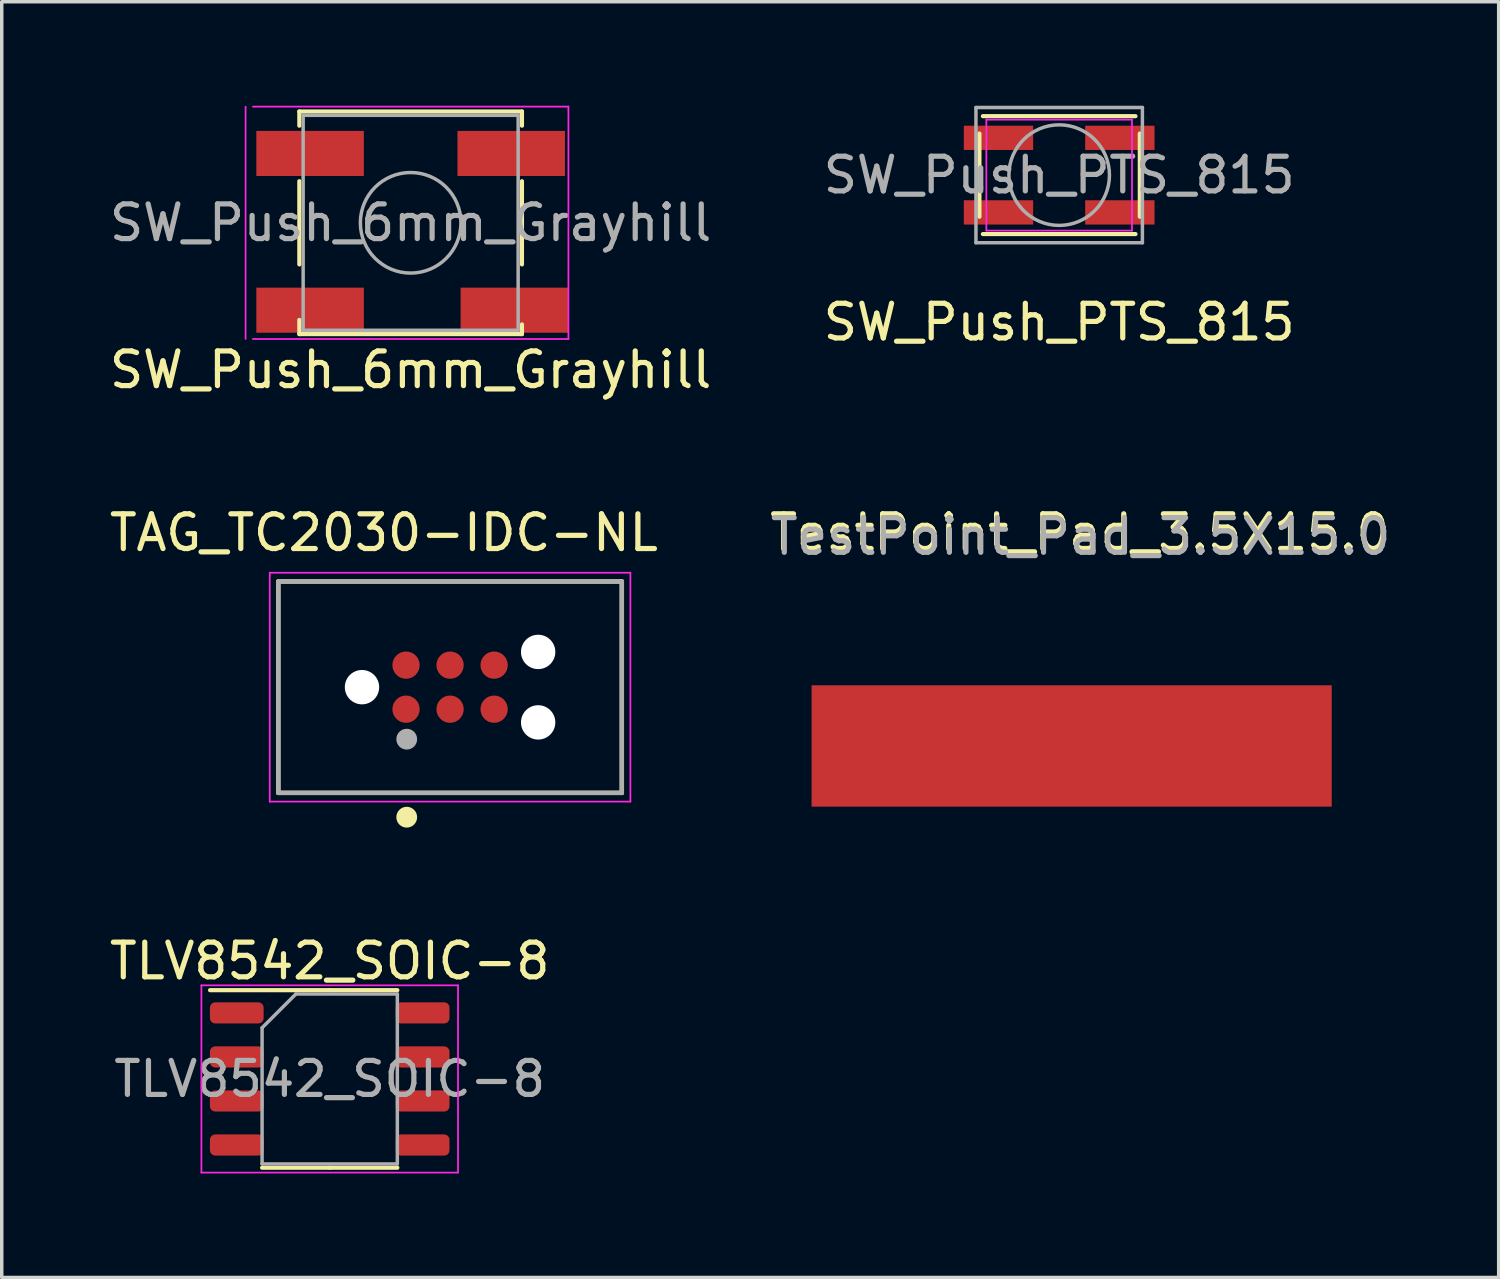
<source format=kicad_pcb>
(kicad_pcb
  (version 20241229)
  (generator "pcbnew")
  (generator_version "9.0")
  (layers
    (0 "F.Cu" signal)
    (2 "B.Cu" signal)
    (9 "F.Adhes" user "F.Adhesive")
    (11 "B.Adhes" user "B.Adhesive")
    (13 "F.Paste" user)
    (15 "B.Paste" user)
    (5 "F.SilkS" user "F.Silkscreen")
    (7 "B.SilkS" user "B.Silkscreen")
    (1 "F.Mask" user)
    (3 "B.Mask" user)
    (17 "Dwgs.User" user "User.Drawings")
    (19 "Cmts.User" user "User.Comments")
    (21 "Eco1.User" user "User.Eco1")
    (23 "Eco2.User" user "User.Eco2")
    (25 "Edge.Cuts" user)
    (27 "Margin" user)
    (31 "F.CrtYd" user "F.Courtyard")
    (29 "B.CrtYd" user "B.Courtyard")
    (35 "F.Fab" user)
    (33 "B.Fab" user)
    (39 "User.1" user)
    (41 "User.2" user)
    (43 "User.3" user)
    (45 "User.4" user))
  (footprint "SW_Push_PTS_815"
    (layer "F.Cu")
    (at 27.494 2)
    (property "Reference" "SW_Push_PTS_815" (at 0 4.24 0) (layer "F.SilkS") (effects (font (size 1 1) (thickness 0.15))))
    (attr smd)
    (fp_line (start -2.3 -1.2) (end -2.3 1.2) (stroke (width 0.12) (type solid)) (layer "F.SilkS"))
    (fp_line (start -2.2 1.7) (end 2.2 1.7) (stroke (width 0.12) (type solid)) (layer "F.SilkS"))
    (fp_line (start 2.2 -1.7) (end -2.2 -1.7) (stroke (width 0.12) (type solid)) (layer "F.SilkS"))
    (fp_line (start 2.325 1.2) (end 2.325 -1.2) (stroke (width 0.12) (type solid)) (layer "F.SilkS"))
    (fp_line (start -2.1 -1.6) (end 2.1 -1.6) (stroke (width 0.05) (type solid)) (layer "F.CrtYd"))
    (fp_line (start -2.1 1.6) (end -2.1 -1.6) (stroke (width 0.05) (type solid)) (layer "F.CrtYd"))
    (fp_line (start 2.1 -1.6) (end 2.1 1.6) (stroke (width 0.05) (type solid)) (layer "F.CrtYd"))
    (fp_line (start 2.1 1.6) (end -2.1 1.6) (stroke (width 0.05) (type solid)) (layer "F.CrtYd"))
    (fp_line (start -2.4 -1.95) (end 2.4 -1.95) (stroke (width 0.1) (type solid)) (layer "F.Fab"))
    (fp_line (start -2.4 1.95) (end -2.4 -1.95) (stroke (width 0.1) (type solid)) (layer "F.Fab"))
    (fp_line (start 2.4 -1.95) (end 2.4 1.95) (stroke (width 0.1) (type solid)) (layer "F.Fab"))
    (fp_line (start 2.4 1.95) (end -2.4 1.95) (stroke (width 0.1) (type solid)) (layer "F.Fab"))
    (fp_circle (center 0 0) (end 1.45 0) (stroke (width 0.1) (type solid)) (fill no) (layer "F.Fab"))
    (fp_text user "${REFERENCE}" (at 0 0 0) (layer "F.Fab") (effects (font (size 1 1) (thickness 0.15))))
    (pad "1" smd rect (at -1.75 -1.075) (size 2 0.7) (layers "F.Cu" "F.Mask" "F.Paste"))
    (pad "1" smd rect (at 1.75 -1.075) (size 2 0.7) (layers "F.Cu" "F.Mask" "F.Paste"))
    (pad "2" smd rect (at -1.75 1.075) (size 2 0.7) (layers "F.Cu" "F.Mask" "F.Paste"))
    (pad "2" smd rect (at 1.75 1.075) (size 2 0.7) (layers "F.Cu" "F.Mask" "F.Paste")))
  (footprint "SW_Push_6mm_Grayhill"
    (layer "F.Cu")
    (at 8.792 3.375)
    (property "Reference" "SW_Push_6mm_Grayhill" (at 0 4.24 0) (layer "F.SilkS") (effects (font (size 1 1) (thickness 0.15))))
    (attr smd)
    (fp_line (start -3.21 -3.21) (end -3.21 -2.8) (stroke (width 0.12) (type solid)) (layer "F.SilkS"))
    (fp_line (start -3.21 -1.2) (end -3.21 1.2) (stroke (width 0.12) (type solid)) (layer "F.SilkS"))
    (fp_line (start -3.21 2.8) (end -3.21 3.21) (stroke (width 0.12) (type solid)) (layer "F.SilkS"))
    (fp_line (start -3.21 3.21) (end 3.21 3.21) (stroke (width 0.12) (type solid)) (layer "F.SilkS"))
    (fp_line (start 3.21 -3.21) (end -3.21 -3.21) (stroke (width 0.12) (type solid)) (layer "F.SilkS"))
    (fp_line (start 3.21 -2.8) (end 3.21 -3.21) (stroke (width 0.12) (type solid)) (layer "F.SilkS"))
    (fp_line (start 3.21 1.2) (end 3.21 -1.2) (stroke (width 0.12) (type solid)) (layer "F.SilkS"))
    (fp_line (start 3.21 3.21) (end 3.21 2.93) (stroke (width 0.12) (type solid)) (layer "F.SilkS"))
    (fp_line (start -4.76 3.35) (end -4.76 -3.35) (stroke (width 0.05) (type solid)) (layer "F.CrtYd"))
    (fp_line (start -4.55 -3.35) (end 4.55 -3.35) (stroke (width 0.05) (type solid)) (layer "F.CrtYd"))
    (fp_line (start 4.55 -3.35) (end 4.55 3.35) (stroke (width 0.05) (type solid)) (layer "F.CrtYd"))
    (fp_line (start 4.55 3.35) (end -4.55 3.35) (stroke (width 0.05) (type solid)) (layer "F.CrtYd"))
    (fp_line (start -3.1 -3.1) (end 3.1 -3.1) (stroke (width 0.1) (type solid)) (layer "F.Fab"))
    (fp_line (start -3.1 3.1) (end -3.1 -3.1) (stroke (width 0.1) (type solid)) (layer "F.Fab"))
    (fp_line (start 3.1 -3.1) (end 3.1 3.1) (stroke (width 0.1) (type solid)) (layer "F.Fab"))
    (fp_line (start 3.1 3.1) (end -3.1 3.1) (stroke (width 0.1) (type solid)) (layer "F.Fab"))
    (fp_circle (center 0 0) (end 1.45 0) (stroke (width 0.1) (type solid)) (fill no) (layer "F.Fab"))
    (fp_text user "${REFERENCE}" (at 0 0 0) (layer "F.Fab") (effects (font (size 1 1) (thickness 0.15))))
    (pad "1" smd rect (at -2.9 -2) (size 3.1 1.3) (layers "F.Cu" "F.Mask" "F.Paste"))
    (pad "1" smd rect (at 2.9 -2) (size 3.1 1.3) (layers "F.Cu" "F.Mask" "F.Paste"))
    (pad "2" smd rect (at -2.9 2.52) (size 3.1 1.3) (layers "F.Cu" "F.Mask" "F.Paste"))
    (pad "2" smd rect (at 2.99 2.52) (size 3.1 1.3) (layers "F.Cu" "F.Mask" "F.Paste")))
  (footprint "TestPoint_Pad_3.5X15.0"
    (layer "F.Cu")
    (at 27.854 18.462)
    (property "Reference" "TestPoint_Pad_3.5X15.0" (at 0.24 -6.15 0) (layer "F.SilkS") (effects (font (size 1 1) (thickness 0.15))))
    (attr exclude_from_pos_files exclude_from_bom)
    (fp_text user "${REFERENCE}" (at 0.26 -6.04 0) (layer "F.Fab") (effects (font (size 1 1) (thickness 0.15))))
    (pad "1" smd rect (at 0 0) (size 15 3.5) (layers "F.Cu" "F.Mask")))
  (footprint "TLV8542_SOIC-8"
    (layer "F.Cu")
    (at 6.458 28.064)
    (property "Reference" "TLV8542_SOIC-8" (at 0 -3.4 0) (layer "F.SilkS") (effects (font (size 1 1) (thickness 0.15))))
    (attr smd)
    (fp_line (start 0 -2.56) (end -3.45 -2.56) (stroke (width 0.12) (type solid)) (layer "F.SilkS"))
    (fp_line (start 0 -2.56) (end 1.95 -2.56) (stroke (width 0.12) (type solid)) (layer "F.SilkS"))
    (fp_line (start 0 2.56) (end -1.95 2.56) (stroke (width 0.12) (type solid)) (layer "F.SilkS"))
    (fp_line (start 0 2.56) (end 1.95 2.56) (stroke (width 0.12) (type solid)) (layer "F.SilkS"))
    (fp_line (start -3.7 -2.7) (end -3.7 2.7) (stroke (width 0.05) (type solid)) (layer "F.CrtYd"))
    (fp_line (start -3.7 2.7) (end 3.7 2.7) (stroke (width 0.05) (type solid)) (layer "F.CrtYd"))
    (fp_line (start 3.7 -2.7) (end -3.7 -2.7) (stroke (width 0.05) (type solid)) (layer "F.CrtYd"))
    (fp_line (start 3.7 2.7) (end 3.7 -2.7) (stroke (width 0.05) (type solid)) (layer "F.CrtYd"))
    (fp_line (start -1.95 -1.475) (end -0.975 -2.45) (stroke (width 0.1) (type solid)) (layer "F.Fab"))
    (fp_line (start -1.95 2.45) (end -1.95 -1.475) (stroke (width 0.1) (type solid)) (layer "F.Fab"))
    (fp_line (start -0.975 -2.45) (end 1.95 -2.45) (stroke (width 0.1) (type solid)) (layer "F.Fab"))
    (fp_line (start 1.95 -2.45) (end 1.95 2.45) (stroke (width 0.1) (type solid)) (layer "F.Fab"))
    (fp_line (start 1.95 2.45) (end -1.95 2.45) (stroke (width 0.1) (type solid)) (layer "F.Fab"))
    (fp_text user "${REFERENCE}" (at 0 0 0) (layer "F.Fab") (effects (font (size 0.98 0.98) (thickness 0.15))))
    (pad "1" smd roundrect (at -2.68 -1.905) (size 1.549 0.61) (layers "F.Cu" "F.Mask" "F.Paste") (roundrect_rratio 0.25))
    (pad "2" smd roundrect (at -2.68 -0.635) (size 1.549 0.61) (layers "F.Cu" "F.Mask" "F.Paste") (roundrect_rratio 0.25))
    (pad "3" smd roundrect (at -2.68 0.635) (size 1.549 0.61) (layers "F.Cu" "F.Mask" "F.Paste") (roundrect_rratio 0.25))
    (pad "4" smd roundrect (at -2.68 1.905) (size 1.549 0.61) (layers "F.Cu" "F.Mask" "F.Paste") (roundrect_rratio 0.25))
    (pad "5" smd roundrect (at 2.68 1.905) (size 1.549 0.61) (layers "F.Cu" "F.Mask" "F.Paste") (roundrect_rratio 0.25))
    (pad "6" smd roundrect (at 2.68 0.635) (size 1.549 0.61) (layers "F.Cu" "F.Mask" "F.Paste") (roundrect_rratio 0.25))
    (pad "7" smd roundrect (at 2.68 -0.635) (size 1.549 0.61) (layers "F.Cu" "F.Mask" "F.Paste") (roundrect_rratio 0.25))
    (pad "8" smd roundrect (at 2.68 -1.905) (size 1.549 0.61) (layers "F.Cu" "F.Mask" "F.Paste") (roundrect_rratio 0.25)))
  (footprint "TAG_TC2030-IDC-NL"
    (layer "F.Cu")
    (at 9.929 16.766)
    (property "Reference" "TAG_TC2030-IDC-NL" (at -1.908 -4.453 0) (layer "F.SilkS") (effects (font (size 1.002 1.002) (thickness 0.15))))
    (attr through_hole)
    (fp_line (start -4.953 -3.048) (end -4.953 3.048) (stroke (width 0.127) (type solid)) (layer "F.SilkS"))
    (fp_line (start -4.953 3.048) (end 4.953 3.048) (stroke (width 0.127) (type solid)) (layer "F.SilkS"))
    (fp_line (start 4.953 -3.048) (end -4.953 -3.048) (stroke (width 0.127) (type solid)) (layer "F.SilkS"))
    (fp_line (start 4.953 3.048) (end 4.953 -3.048) (stroke (width 0.127) (type solid)) (layer "F.SilkS"))
    (fp_circle (center -1.25 3.75) (end -1.1 3.75) (stroke (width 0.3) (type solid)) (fill no) (layer "F.SilkS"))
    (fp_line (start -5.2 -3.3) (end 5.2 -3.3) (stroke (width 0.05) (type solid)) (layer "F.CrtYd"))
    (fp_line (start -5.2 3.3) (end -5.2 -3.3) (stroke (width 0.05) (type solid)) (layer "F.CrtYd"))
    (fp_line (start 5.2 -3.3) (end 5.2 3.3) (stroke (width 0.05) (type solid)) (layer "F.CrtYd"))
    (fp_line (start 5.2 3.3) (end -5.2 3.3) (stroke (width 0.05) (type solid)) (layer "F.CrtYd"))
    (fp_line (start -4.953 -3.048) (end 4.953 -3.048) (stroke (width 0.127) (type solid)) (layer "F.Fab"))
    (fp_line (start -4.953 3.048) (end -4.953 -3.048) (stroke (width 0.127) (type solid)) (layer "F.Fab"))
    (fp_line (start 4.953 -3.048) (end 4.953 3.048) (stroke (width 0.127) (type solid)) (layer "F.Fab"))
    (fp_line (start 4.953 3.048) (end -4.953 3.048) (stroke (width 0.127) (type solid)) (layer "F.Fab"))
    (fp_circle (center -1.25 1.5) (end -1.1 1.5) (stroke (width 0.3) (type solid)) (fill no) (layer "F.Fab"))
    (pad "" np_thru_hole circle (at -2.54 0) (size 0.991 0.991) (drill 0.991) (layers "*.Cu" "*.Mask"))
    (pad "" np_thru_hole circle (at 2.54 -1.016) (size 0.991 0.991) (drill 0.991) (layers "*.Cu" "*.Mask"))
    (pad "" np_thru_hole circle (at 2.54 1.016) (size 0.991 0.991) (drill 0.991) (layers "*.Cu" "*.Mask"))
    (pad "1" smd circle (at -1.27 0.635) (size 0.787 0.787) (layers "F.Cu" "F.Mask"))
    (pad "2" smd circle (at -1.27 -0.635) (size 0.787 0.787) (layers "F.Cu" "F.Mask"))
    (pad "3" smd circle (at 0 0.635) (size 0.787 0.787) (layers "F.Cu" "F.Mask"))
    (pad "4" smd circle (at 0 -0.635) (size 0.787 0.787) (layers "F.Cu" "F.Mask"))
    (pad "5" smd circle (at 1.27 0.635) (size 0.787 0.787) (layers "F.Cu" "F.Mask"))
    (pad "6" smd circle (at 1.27 -0.635) (size 0.787 0.787) (layers "F.Cu" "F.Mask"))
    (zone (net_name "") (layer "F.Cu") (hatch full 0.508) (connect_pads) (min_thickness 0.01) (filled_areas_thickness no) (keepout (tracks not_allowed) (vias not_allowed) (pads not_allowed) (copperpour not_allowed) (footprints allowed)) (placement (enabled no)) (fill) (polygon (pts (xy 8.657 16.131) (xy 11.199 16.131) (xy 11.199 17.402) (xy 8.657 17.402))))
    (zone (net_name "") (layers "F.Cu" "B.Cu") (hatch full 0.508) (connect_pads) (min_thickness 0.01) (filled_areas_thickness no) (keepout (tracks allowed) (vias not_allowed) (pads allowed) (copperpour allowed) (footprints allowed)) (placement (enabled no)) (fill) (polygon (pts (xy 8.657 16.131) (xy 11.199 16.131) (xy 11.199 17.401) (xy 8.657 17.401)))))
  (gr_rect
    (start -3 -3)
    (end 40.168 33.789)
    (stroke (width 0.1) (type default))
    (fill no)
    (layer "Edge.Cuts")))
</source>
